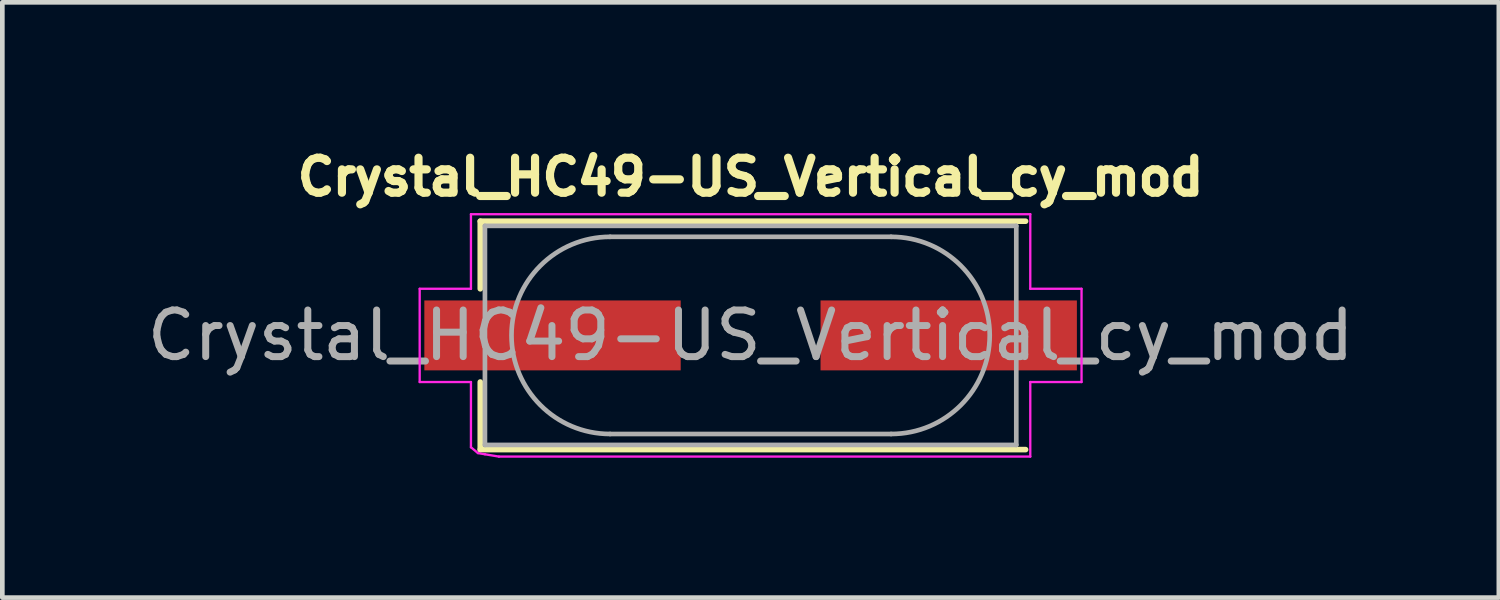
<source format=kicad_pcb>
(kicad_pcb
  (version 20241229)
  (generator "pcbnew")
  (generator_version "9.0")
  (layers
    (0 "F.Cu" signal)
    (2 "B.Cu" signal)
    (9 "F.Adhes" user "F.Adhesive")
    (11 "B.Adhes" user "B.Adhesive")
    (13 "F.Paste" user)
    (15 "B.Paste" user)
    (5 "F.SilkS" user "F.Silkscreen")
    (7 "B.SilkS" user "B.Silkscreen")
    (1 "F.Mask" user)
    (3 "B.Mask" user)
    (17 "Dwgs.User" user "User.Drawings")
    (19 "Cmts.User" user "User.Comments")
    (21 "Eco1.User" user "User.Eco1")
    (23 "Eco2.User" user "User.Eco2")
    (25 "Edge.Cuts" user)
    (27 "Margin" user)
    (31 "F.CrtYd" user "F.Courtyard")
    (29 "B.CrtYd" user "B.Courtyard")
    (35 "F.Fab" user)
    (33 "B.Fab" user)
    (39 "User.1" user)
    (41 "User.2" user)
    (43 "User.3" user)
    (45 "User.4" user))
  (footprint "Crystal_HC49-US_Vertical_cy_mod"
    (layer "F.Cu")
    (at 13.054 4.146)
    (property "Reference" "Crystal_HC49-US_Vertical_cy_mod" (at 0 -3.4 180) (layer "F.SilkS") (effects (font (size 0.75 0.75) (thickness 0.175))))
    (attr smd)
    (fp_line (start -5.8 -2.45) (end -5.8 -1) (stroke (width 0.12) (type solid)) (layer "F.SilkS"))
    (fp_line (start -5.8 1) (end -5.8 2.45) (stroke (width 0.12) (type solid)) (layer "F.SilkS"))
    (fp_line (start -5.8 2.45) (end 5.9 2.45) (stroke (width 0.12) (type solid)) (layer "F.SilkS"))
    (fp_line (start 5.9 -2.45) (end -5.8 -2.45) (stroke (width 0.12) (type solid)) (layer "F.SilkS"))
    (fp_line (start -7.1 -1) (end -7.1 1) (stroke (width 0.05) (type solid)) (layer "F.CrtYd"))
    (fp_line (start -7.1 -1) (end -6 -1) (stroke (width 0.05) (type solid)) (layer "F.CrtYd"))
    (fp_line (start -7.1 1) (end -6 1) (stroke (width 0.05) (type solid)) (layer "F.CrtYd"))
    (fp_line (start -6 -2.6) (end -6 -1) (stroke (width 0.05) (type solid)) (layer "F.CrtYd"))
    (fp_line (start -6 1) (end -6 2.4) (stroke (width 0.05) (type solid)) (layer "F.CrtYd"))
    (fp_line (start -6 2.4) (end -5.85 2.525) (stroke (width 0.05) (type solid)) (layer "F.CrtYd"))
    (fp_line (start -5.85 2.525) (end -5.7 2.55) (stroke (width 0.05) (type solid)) (layer "F.CrtYd"))
    (fp_line (start -5.7 2.55) (end -5.4 2.6) (stroke (width 0.05) (type solid)) (layer "F.CrtYd"))
    (fp_line (start -5.4 2.6) (end 6 2.6) (stroke (width 0.05) (type solid)) (layer "F.CrtYd"))
    (fp_line (start 6 -2.6) (end -6 -2.6) (stroke (width 0.05) (type solid)) (layer "F.CrtYd"))
    (fp_line (start 6 -1) (end 6 -2.6) (stroke (width 0.05) (type solid)) (layer "F.CrtYd"))
    (fp_line (start 6 2.6) (end 6 1) (stroke (width 0.05) (type solid)) (layer "F.CrtYd"))
    (fp_line (start 7.1 -1) (end 6 -1) (stroke (width 0.05) (type solid)) (layer "F.CrtYd"))
    (fp_line (start 7.1 1) (end 6 1) (stroke (width 0.05) (type solid)) (layer "F.CrtYd"))
    (fp_line (start 7.1 1) (end 7.1 -1) (stroke (width 0.05) (type solid)) (layer "F.CrtYd"))
    (fp_line (start -5.7 -2.35) (end -5.7 2.35) (stroke (width 0.1) (type solid)) (layer "F.Fab"))
    (fp_line (start -5.7 2.35) (end 5.7 2.35) (stroke (width 0.1) (type solid)) (layer "F.Fab"))
    (fp_line (start -3.015 -2.115) (end 3.015 -2.115) (stroke (width 0.1) (type solid)) (layer "F.Fab"))
    (fp_line (start -3.015 2.115) (end 3.015 2.115) (stroke (width 0.1) (type solid)) (layer "F.Fab"))
    (fp_line (start 5.7 -2.35) (end -5.7 -2.35) (stroke (width 0.1) (type solid)) (layer "F.Fab"))
    (fp_line (start 5.7 2.35) (end 5.7 -2.35) (stroke (width 0.1) (type solid)) (layer "F.Fab"))
    (fp_arc (start -3.015 2.115) (mid -5.13 0) (end -3.015 -2.115) (stroke (width 0.1) (type solid)) (layer "F.Fab"))
    (fp_arc (start 3.015 -2.115) (mid 5.13 0) (end 3.015 2.115) (stroke (width 0.1) (type solid)) (layer "F.Fab"))
    (fp_text user "${REFERENCE}" (at 0 0 180) (layer "F.Fab") (effects (font (size 1 1) (thickness 0.15))))
    (pad "1" smd rect (at -4.25 0) (size 5.5 1.5) (layers "F.Cu" "F.Mask" "F.Paste"))
    (pad "2" smd rect (at 4.25 0) (size 5.5 1.5) (layers "F.Cu" "F.Mask" "F.Paste")))
  (gr_rect
    (start -3 -3)
    (end 29.107 9.771)
    (stroke (width 0.1) (type default))
    (fill no)
    (layer "Edge.Cuts")))
</source>
